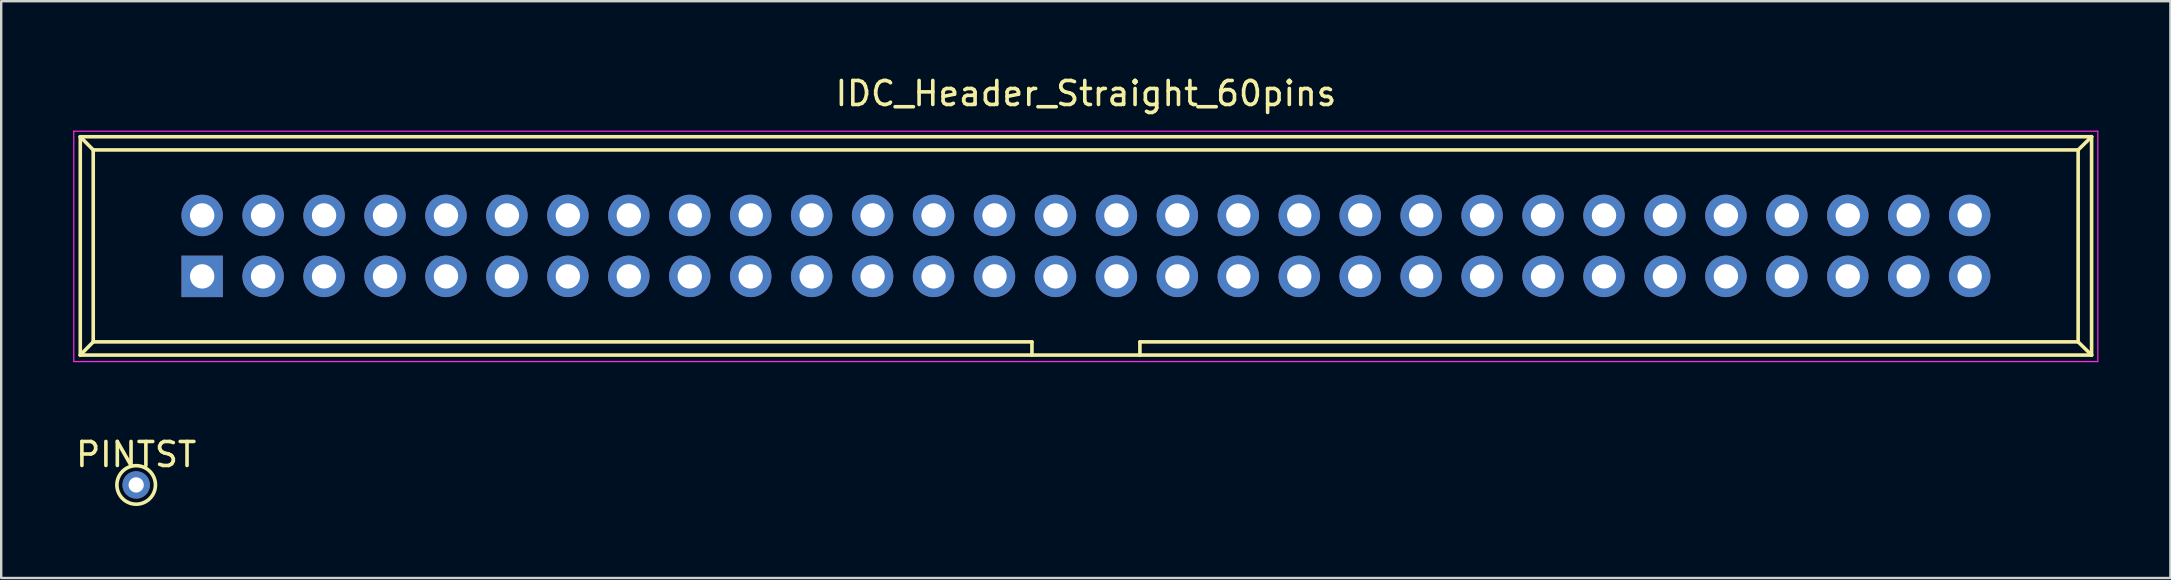
<source format=kicad_pcb>
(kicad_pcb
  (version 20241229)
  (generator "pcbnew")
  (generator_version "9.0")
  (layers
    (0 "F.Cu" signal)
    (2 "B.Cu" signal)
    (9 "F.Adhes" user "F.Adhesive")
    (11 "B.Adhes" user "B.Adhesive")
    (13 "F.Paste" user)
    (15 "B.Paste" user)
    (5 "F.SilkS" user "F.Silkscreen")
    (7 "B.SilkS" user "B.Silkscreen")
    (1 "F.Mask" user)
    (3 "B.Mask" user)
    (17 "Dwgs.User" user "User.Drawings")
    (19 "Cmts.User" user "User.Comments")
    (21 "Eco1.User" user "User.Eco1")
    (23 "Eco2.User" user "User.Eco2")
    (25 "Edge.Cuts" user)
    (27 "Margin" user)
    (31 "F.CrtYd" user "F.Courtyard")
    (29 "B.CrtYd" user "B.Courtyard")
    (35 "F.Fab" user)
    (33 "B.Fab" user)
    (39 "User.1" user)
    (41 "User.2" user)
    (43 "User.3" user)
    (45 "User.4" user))
  (footprint "IDC_Header_Straight_60pins"
    (layer "F.Cu")
    (at 5.375 8.468)
    (property "Reference" "IDC_Header_Straight_60pins" (at 36.83 -7.62 0) (layer "F.SilkS") (effects (font (size 1 1) (thickness 0.15))))
    (attr through_hole)
    (fp_line (start -5.08 -5.82) (end -5.08 3.28) (stroke (width 0.15) (type solid)) (layer "F.SilkS"))
    (fp_line (start -5.08 -5.82) (end -4.54 -5.27) (stroke (width 0.15) (type solid)) (layer "F.SilkS"))
    (fp_line (start -5.08 -5.82) (end 78.74 -5.82) (stroke (width 0.15) (type solid)) (layer "F.SilkS"))
    (fp_line (start -5.08 3.28) (end -4.54 2.73) (stroke (width 0.15) (type solid)) (layer "F.SilkS"))
    (fp_line (start -5.08 3.28) (end 78.74 3.28) (stroke (width 0.15) (type solid)) (layer "F.SilkS"))
    (fp_line (start -4.54 -5.27) (end -4.54 2.73) (stroke (width 0.15) (type solid)) (layer "F.SilkS"))
    (fp_line (start -4.54 -5.27) (end 78.18 -5.27) (stroke (width 0.15) (type solid)) (layer "F.SilkS"))
    (fp_line (start -4.54 2.73) (end 34.58 2.73) (stroke (width 0.15) (type solid)) (layer "F.SilkS"))
    (fp_line (start 34.58 2.73) (end 34.58 3.28) (stroke (width 0.15) (type solid)) (layer "F.SilkS"))
    (fp_line (start 39.08 2.73) (end 39.08 3.28) (stroke (width 0.15) (type solid)) (layer "F.SilkS"))
    (fp_line (start 39.08 2.73) (end 78.18 2.73) (stroke (width 0.15) (type solid)) (layer "F.SilkS"))
    (fp_line (start 78.18 -5.27) (end 78.18 2.73) (stroke (width 0.15) (type solid)) (layer "F.SilkS"))
    (fp_line (start 78.74 -5.82) (end 78.18 -5.27) (stroke (width 0.15) (type solid)) (layer "F.SilkS"))
    (fp_line (start 78.74 -5.82) (end 78.74 3.28) (stroke (width 0.15) (type solid)) (layer "F.SilkS"))
    (fp_line (start 78.74 3.28) (end 78.18 2.73) (stroke (width 0.15) (type solid)) (layer "F.SilkS"))
    (fp_line (start -5.35 -6.05) (end 79 -6.05) (stroke (width 0.05) (type solid)) (layer "F.CrtYd"))
    (fp_line (start -5.35 3.55) (end -5.35 -6.05) (stroke (width 0.05) (type solid)) (layer "F.CrtYd"))
    (fp_line (start 79 -6.05) (end 79 3.55) (stroke (width 0.05) (type solid)) (layer "F.CrtYd"))
    (fp_line (start 79 3.55) (end -5.35 3.55) (stroke (width 0.05) (type solid)) (layer "F.CrtYd"))
    (pad "1" thru_hole rect (at 0 0) (size 1.727 1.727) (drill 1.016) (layers "*.Cu" "*.Mask"))
    (pad "2" thru_hole oval (at 0 -2.54) (size 1.727 1.727) (drill 1.016) (layers "*.Cu" "*.Mask"))
    (pad "3" thru_hole oval (at 2.54 0) (size 1.727 1.727) (drill 1.016) (layers "*.Cu" "*.Mask"))
    (pad "4" thru_hole oval (at 2.54 -2.54) (size 1.727 1.727) (drill 1.016) (layers "*.Cu" "*.Mask"))
    (pad "5" thru_hole oval (at 5.08 0) (size 1.727 1.727) (drill 1.016) (layers "*.Cu" "*.Mask"))
    (pad "6" thru_hole oval (at 5.08 -2.54) (size 1.727 1.727) (drill 1.016) (layers "*.Cu" "*.Mask"))
    (pad "7" thru_hole oval (at 7.62 0) (size 1.727 1.727) (drill 1.016) (layers "*.Cu" "*.Mask"))
    (pad "8" thru_hole oval (at 7.62 -2.54) (size 1.727 1.727) (drill 1.016) (layers "*.Cu" "*.Mask"))
    (pad "9" thru_hole oval (at 10.16 0) (size 1.727 1.727) (drill 1.016) (layers "*.Cu" "*.Mask"))
    (pad "10" thru_hole oval (at 10.16 -2.54) (size 1.727 1.727) (drill 1.016) (layers "*.Cu" "*.Mask"))
    (pad "11" thru_hole oval (at 12.7 0) (size 1.727 1.727) (drill 1.016) (layers "*.Cu" "*.Mask"))
    (pad "12" thru_hole oval (at 12.7 -2.54) (size 1.727 1.727) (drill 1.016) (layers "*.Cu" "*.Mask"))
    (pad "13" thru_hole oval (at 15.24 0) (size 1.727 1.727) (drill 1.016) (layers "*.Cu" "*.Mask"))
    (pad "14" thru_hole oval (at 15.24 -2.54) (size 1.727 1.727) (drill 1.016) (layers "*.Cu" "*.Mask"))
    (pad "15" thru_hole oval (at 17.78 0) (size 1.727 1.727) (drill 1.016) (layers "*.Cu" "*.Mask"))
    (pad "16" thru_hole oval (at 17.78 -2.54) (size 1.727 1.727) (drill 1.016) (layers "*.Cu" "*.Mask"))
    (pad "17" thru_hole oval (at 20.32 0) (size 1.727 1.727) (drill 1.016) (layers "*.Cu" "*.Mask"))
    (pad "18" thru_hole oval (at 20.32 -2.54) (size 1.727 1.727) (drill 1.016) (layers "*.Cu" "*.Mask"))
    (pad "19" thru_hole oval (at 22.86 0) (size 1.727 1.727) (drill 1.016) (layers "*.Cu" "*.Mask"))
    (pad "20" thru_hole oval (at 22.86 -2.54) (size 1.727 1.727) (drill 1.016) (layers "*.Cu" "*.Mask"))
    (pad "21" thru_hole oval (at 25.4 0) (size 1.727 1.727) (drill 1.016) (layers "*.Cu" "*.Mask"))
    (pad "22" thru_hole oval (at 25.4 -2.54) (size 1.727 1.727) (drill 1.016) (layers "*.Cu" "*.Mask"))
    (pad "23" thru_hole oval (at 27.94 0) (size 1.727 1.727) (drill 1.016) (layers "*.Cu" "*.Mask"))
    (pad "24" thru_hole oval (at 27.94 -2.54) (size 1.727 1.727) (drill 1.016) (layers "*.Cu" "*.Mask"))
    (pad "25" thru_hole oval (at 30.48 0) (size 1.727 1.727) (drill 1.016) (layers "*.Cu" "*.Mask"))
    (pad "26" thru_hole oval (at 30.48 -2.54) (size 1.727 1.727) (drill 1.016) (layers "*.Cu" "*.Mask"))
    (pad "27" thru_hole oval (at 33.02 0) (size 1.727 1.727) (drill 1.016) (layers "*.Cu" "*.Mask"))
    (pad "28" thru_hole oval (at 33.02 -2.54) (size 1.727 1.727) (drill 1.016) (layers "*.Cu" "*.Mask"))
    (pad "29" thru_hole oval (at 35.56 0) (size 1.727 1.727) (drill 1.016) (layers "*.Cu" "*.Mask"))
    (pad "30" thru_hole oval (at 35.56 -2.54) (size 1.727 1.727) (drill 1.016) (layers "*.Cu" "*.Mask"))
    (pad "31" thru_hole oval (at 38.1 0) (size 1.727 1.727) (drill 1.016) (layers "*.Cu" "*.Mask"))
    (pad "32" thru_hole oval (at 38.1 -2.54) (size 1.727 1.727) (drill 1.016) (layers "*.Cu" "*.Mask"))
    (pad "33" thru_hole oval (at 40.64 0) (size 1.727 1.727) (drill 1.016) (layers "*.Cu" "*.Mask"))
    (pad "34" thru_hole oval (at 40.64 -2.54) (size 1.727 1.727) (drill 1.016) (layers "*.Cu" "*.Mask"))
    (pad "35" thru_hole oval (at 43.18 0) (size 1.727 1.727) (drill 1.016) (layers "*.Cu" "*.Mask"))
    (pad "36" thru_hole oval (at 43.18 -2.54) (size 1.727 1.727) (drill 1.016) (layers "*.Cu" "*.Mask"))
    (pad "37" thru_hole oval (at 45.72 0) (size 1.727 1.727) (drill 1.016) (layers "*.Cu" "*.Mask"))
    (pad "38" thru_hole oval (at 45.72 -2.54) (size 1.727 1.727) (drill 1.016) (layers "*.Cu" "*.Mask"))
    (pad "39" thru_hole oval (at 48.26 0) (size 1.727 1.727) (drill 1.016) (layers "*.Cu" "*.Mask"))
    (pad "40" thru_hole oval (at 48.26 -2.54) (size 1.727 1.727) (drill 1.016) (layers "*.Cu" "*.Mask"))
    (pad "41" thru_hole oval (at 50.8 0) (size 1.727 1.727) (drill 1.016) (layers "*.Cu" "*.Mask"))
    (pad "42" thru_hole oval (at 50.8 -2.54) (size 1.727 1.727) (drill 1.016) (layers "*.Cu" "*.Mask"))
    (pad "43" thru_hole oval (at 53.34 0) (size 1.727 1.727) (drill 1.016) (layers "*.Cu" "*.Mask"))
    (pad "44" thru_hole oval (at 53.34 -2.54) (size 1.727 1.727) (drill 1.016) (layers "*.Cu" "*.Mask"))
    (pad "45" thru_hole oval (at 55.88 0) (size 1.727 1.727) (drill 1.016) (layers "*.Cu" "*.Mask"))
    (pad "46" thru_hole oval (at 55.88 -2.54) (size 1.727 1.727) (drill 1.016) (layers "*.Cu" "*.Mask"))
    (pad "47" thru_hole oval (at 58.42 0) (size 1.727 1.727) (drill 1.016) (layers "*.Cu" "*.Mask"))
    (pad "48" thru_hole oval (at 58.42 -2.54) (size 1.727 1.727) (drill 1.016) (layers "*.Cu" "*.Mask"))
    (pad "49" thru_hole oval (at 60.96 0) (size 1.727 1.727) (drill 1.016) (layers "*.Cu" "*.Mask"))
    (pad "50" thru_hole oval (at 60.96 -2.54) (size 1.727 1.727) (drill 1.016) (layers "*.Cu" "*.Mask"))
    (pad "51" thru_hole oval (at 63.5 0) (size 1.727 1.727) (drill 1.016) (layers "*.Cu" "*.Mask"))
    (pad "52" thru_hole oval (at 63.5 -2.54) (size 1.727 1.727) (drill 1.016) (layers "*.Cu" "*.Mask"))
    (pad "53" thru_hole oval (at 66.04 0) (size 1.727 1.727) (drill 1.016) (layers "*.Cu" "*.Mask"))
    (pad "54" thru_hole oval (at 66.04 -2.54) (size 1.727 1.727) (drill 1.016) (layers "*.Cu" "*.Mask"))
    (pad "55" thru_hole oval (at 68.58 0) (size 1.727 1.727) (drill 1.016) (layers "*.Cu" "*.Mask"))
    (pad "56" thru_hole oval (at 68.58 -2.54) (size 1.727 1.727) (drill 1.016) (layers "*.Cu" "*.Mask"))
    (pad "57" thru_hole oval (at 71.12 0) (size 1.727 1.727) (drill 1.016) (layers "*.Cu" "*.Mask"))
    (pad "58" thru_hole oval (at 71.12 -2.54) (size 1.727 1.727) (drill 1.016) (layers "*.Cu" "*.Mask"))
    (pad "59" thru_hole oval (at 73.66 0) (size 1.727 1.727) (drill 1.016) (layers "*.Cu" "*.Mask"))
    (pad "60" thru_hole oval (at 73.66 -2.54) (size 1.727 1.727) (drill 1.016) (layers "*.Cu" "*.Mask")))
  (footprint "PINTST"
    (layer "F.Cu")
    (at 2.625 17.159)
    (property "Reference" "PINTST" (at 0 -1.267 0) (layer "F.SilkS") (effects (font (size 1 1) (thickness 0.15))))
    (attr through_hole)
    (fp_circle (center 0 0) (end -0.254 -0.762) (stroke (width 0.15) (type solid)) (fill no) (layer "F.SilkS"))
    (pad "1" thru_hole circle (at 0 0) (size 1.143 1.143) (drill 0.635) (layers "*.Cu" "*.Mask")))
  (gr_rect
    (start -3 -3)
    (end 87.4 21.037)
    (stroke (width 0.1) (type default))
    (fill no)
    (layer "Edge.Cuts")))
</source>
